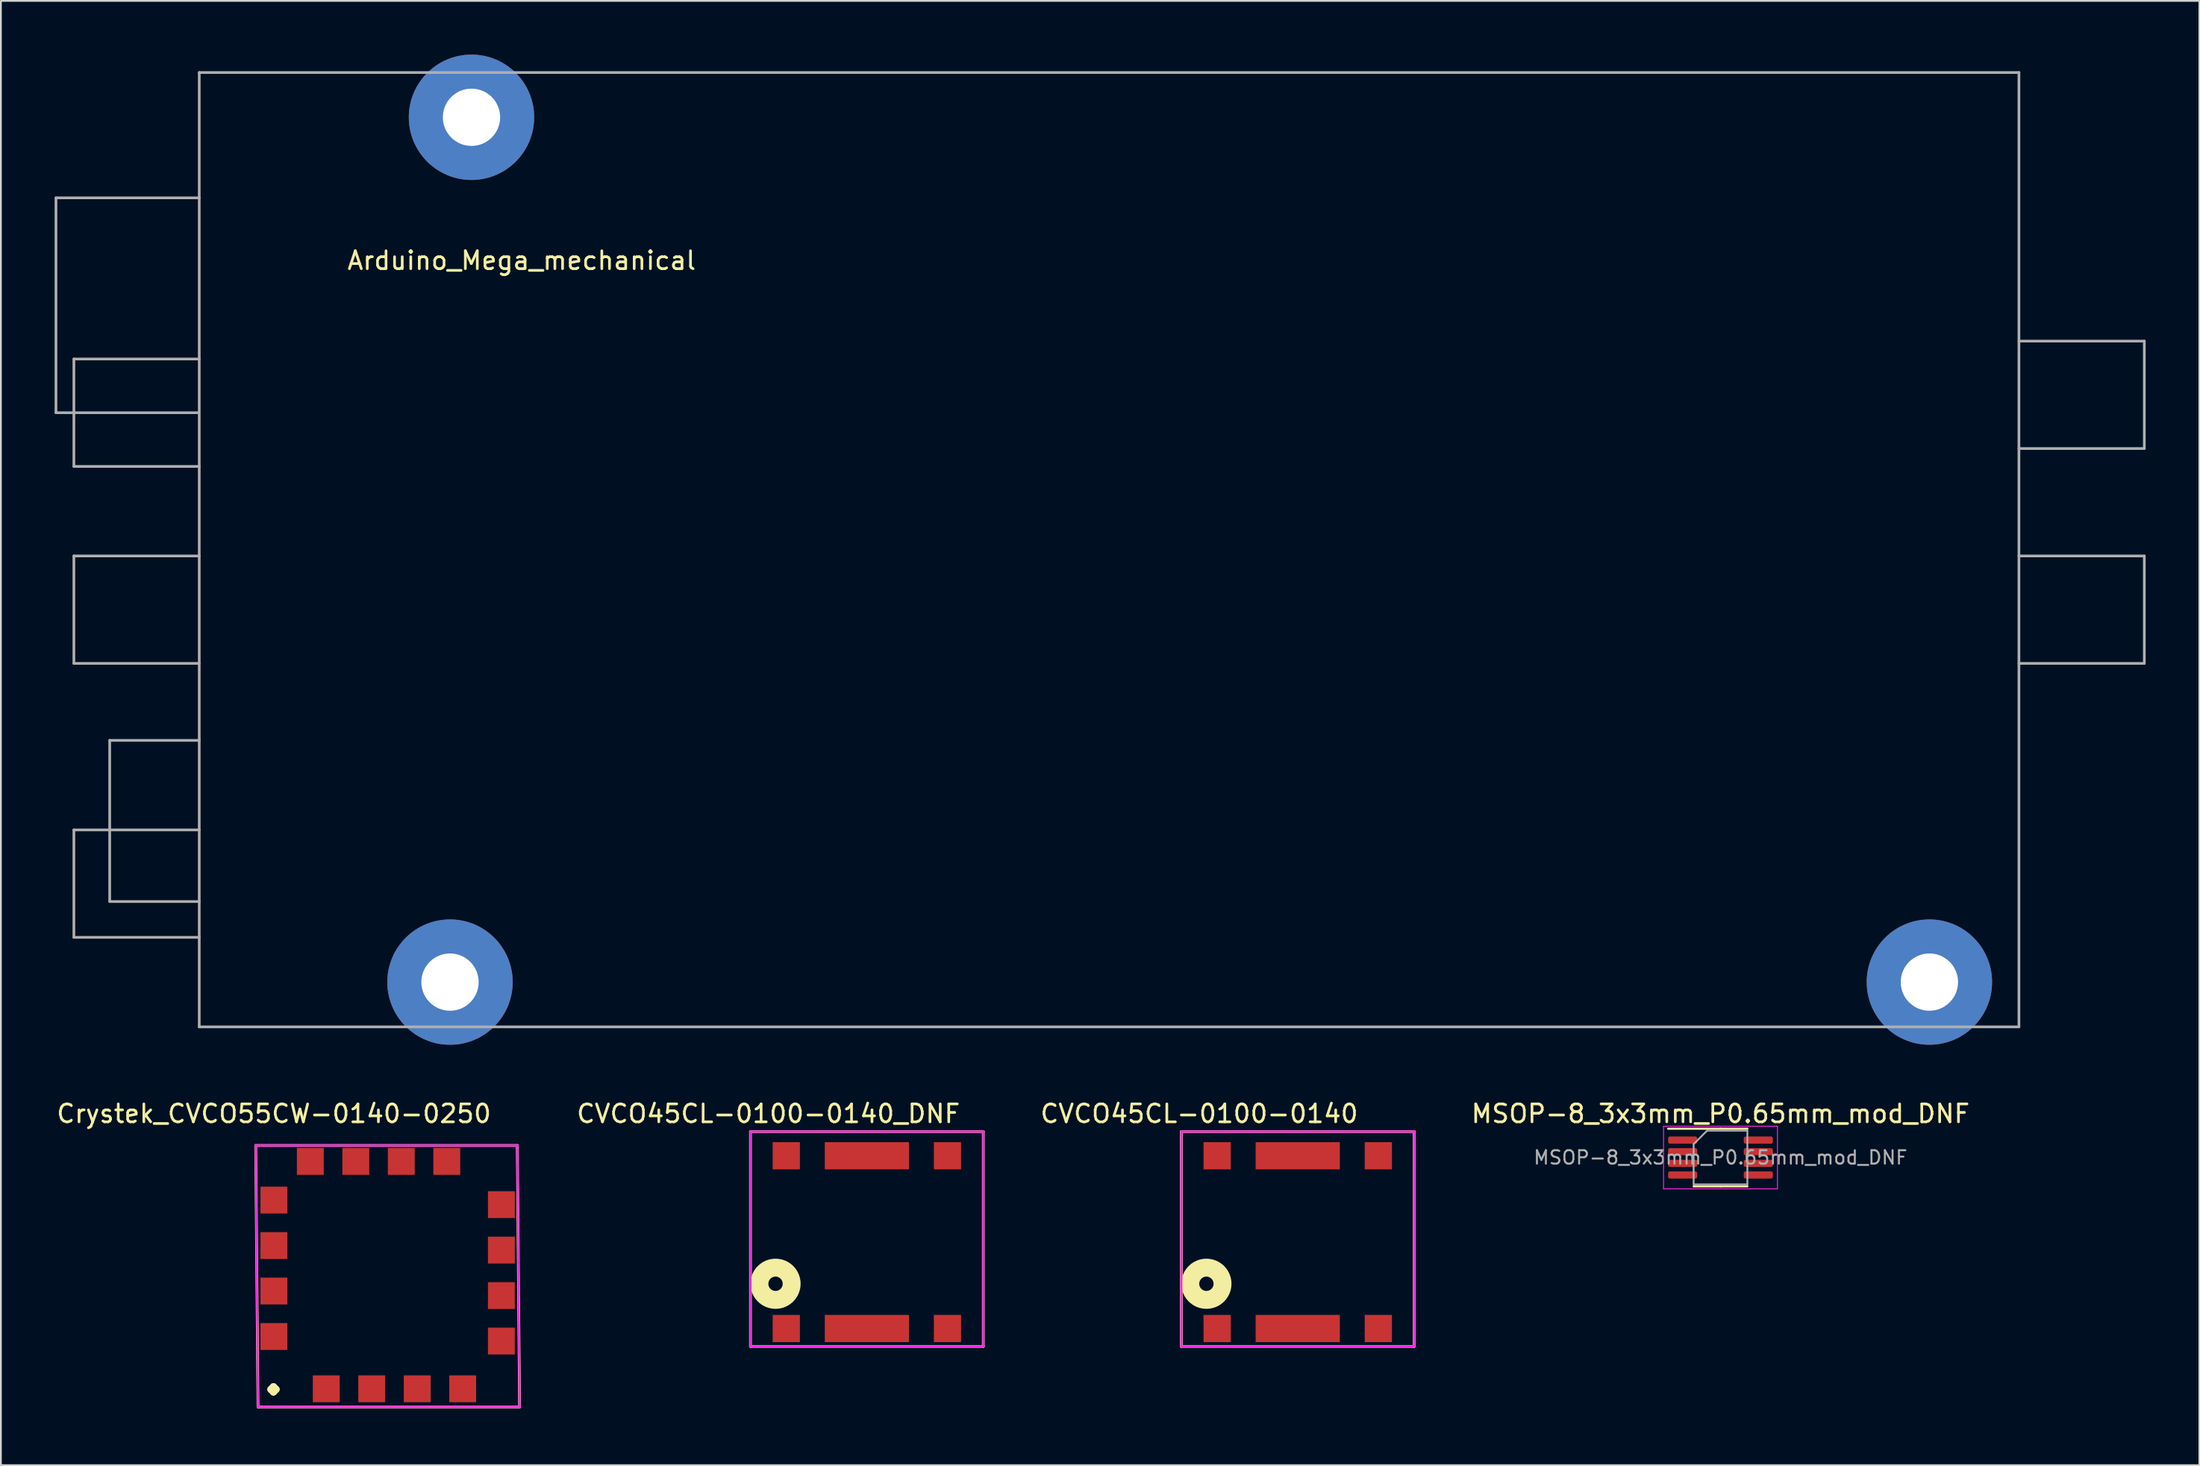
<source format=kicad_pcb>
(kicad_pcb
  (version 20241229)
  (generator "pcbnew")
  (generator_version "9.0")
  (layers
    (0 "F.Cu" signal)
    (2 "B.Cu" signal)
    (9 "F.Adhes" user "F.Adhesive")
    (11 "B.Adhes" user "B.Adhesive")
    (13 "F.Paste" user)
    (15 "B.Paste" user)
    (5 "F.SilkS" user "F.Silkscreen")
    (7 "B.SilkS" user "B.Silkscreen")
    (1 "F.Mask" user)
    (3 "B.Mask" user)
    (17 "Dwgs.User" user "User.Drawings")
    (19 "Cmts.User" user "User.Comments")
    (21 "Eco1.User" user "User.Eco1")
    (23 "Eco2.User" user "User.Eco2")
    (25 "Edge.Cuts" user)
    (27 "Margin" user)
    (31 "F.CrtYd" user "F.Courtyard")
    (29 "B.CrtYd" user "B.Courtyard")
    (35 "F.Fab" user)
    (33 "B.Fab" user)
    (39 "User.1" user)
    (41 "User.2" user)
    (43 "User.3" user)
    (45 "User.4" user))
  (footprint "CVCO45CL-0100-0140_DNF"
    (layer "F.Cu")
    (at 40.851 71.148)
    (property "Reference" "CVCO45CL-0100-0140_DNF" (at -1 -12 0) (layer "F.SilkS") (effects (font (size 1 1) (thickness 0.15))))
    (attr through_hole)
    (fp_line (start -2 -11) (end -2 1) (stroke (width 0.15) (type solid)) (layer "F.SilkS"))
    (fp_line (start -2 1) (end 11 1) (stroke (width 0.15) (type solid)) (layer "F.SilkS"))
    (fp_line (start 11 -11) (end -2 -11) (stroke (width 0.15) (type solid)) (layer "F.SilkS"))
    (fp_line (start 11 1) (end 11 -11) (stroke (width 0.15) (type solid)) (layer "F.SilkS"))
    (fp_circle (center -0.6 -2.5) (end -0.2 -2.5) (stroke (width 1) (type solid)) (fill no) (layer "F.SilkS"))
    (fp_line (start -2 -11) (end 11 -11) (stroke (width 0.12) (type solid)) (layer "F.CrtYd"))
    (fp_line (start -2 1) (end -2 -11) (stroke (width 0.12) (type solid)) (layer "F.CrtYd"))
    (fp_line (start 11 -11) (end 11 1) (stroke (width 0.12) (type solid)) (layer "F.CrtYd"))
    (fp_line (start 11 1) (end -2 1) (stroke (width 0.12) (type solid)) (layer "F.CrtYd"))
    (pad "1" smd rect (at 0 0) (size 1.52 1.52) (layers "F.Cu" "F.Mask"))
    (pad "2" smd rect (at 4.5 0) (size 4.7 1.52) (layers "F.Cu" "F.Mask"))
    (pad "3" smd rect (at 9 0) (size 1.52 1.52) (layers "F.Cu" "F.Mask"))
    (pad "4" smd rect (at 9 -9.65) (size 1.52 1.52) (layers "F.Cu" "F.Mask"))
    (pad "5" smd rect (at 4.5 -9.65) (size 4.7 1.52) (layers "F.Cu" "F.Mask"))
    (pad "6" smd rect (at 0 -9.65) (size 1.52 1.52) (layers "F.Cu" "F.Mask")))
  (footprint "CVCO45CL-0100-0140"
    (layer "F.Cu")
    (at 64.908 71.148)
    (property "Reference" "CVCO45CL-0100-0140" (at -1 -12 0) (layer "F.SilkS") (effects (font (size 1 1) (thickness 0.15))))
    (attr through_hole)
    (fp_line (start -2 -11) (end -2 1) (stroke (width 0.15) (type solid)) (layer "F.SilkS"))
    (fp_line (start -2 1) (end 11 1) (stroke (width 0.15) (type solid)) (layer "F.SilkS"))
    (fp_line (start 11 -11) (end -2 -11) (stroke (width 0.15) (type solid)) (layer "F.SilkS"))
    (fp_line (start 11 1) (end 11 -11) (stroke (width 0.15) (type solid)) (layer "F.SilkS"))
    (fp_circle (center -0.6 -2.5) (end -0.2 -2.5) (stroke (width 1) (type solid)) (fill no) (layer "F.SilkS"))
    (fp_line (start -2 -11) (end 11 -11) (stroke (width 0.12) (type solid)) (layer "F.CrtYd"))
    (fp_line (start -2 1) (end -2 -11) (stroke (width 0.12) (type solid)) (layer "F.CrtYd"))
    (fp_line (start 11 -11) (end 11 1) (stroke (width 0.12) (type solid)) (layer "F.CrtYd"))
    (fp_line (start 11 1) (end -2 1) (stroke (width 0.12) (type solid)) (layer "F.CrtYd"))
    (pad "1" smd rect (at 0 0) (size 1.52 1.52) (layers "F.Cu" "F.Mask" "F.Paste"))
    (pad "2" smd rect (at 4.5 0) (size 4.7 1.52) (layers "F.Cu" "F.Mask" "F.Paste"))
    (pad "3" smd rect (at 9 0) (size 1.52 1.52) (layers "F.Cu" "F.Mask" "F.Paste"))
    (pad "4" smd rect (at 9 -9.65) (size 1.52 1.52) (layers "F.Cu" "F.Mask" "F.Paste"))
    (pad "5" smd rect (at 4.5 -9.65) (size 4.7 1.52) (layers "F.Cu" "F.Mask" "F.Paste"))
    (pad "6" smd rect (at 0 -9.65) (size 1.52 1.52) (layers "F.Cu" "F.Mask" "F.Paste")))
  (footprint "Arduino_Mega_mechanical"
    (layer "F.Cu")
    (at 26.075 11)
    (property "Reference" "Arduino_Mega_mechanical" (at 0 0.5 0) (layer "F.SilkS") (effects (font (size 1 1) (thickness 0.15))))
    (attr through_hole)
    (fp_line (start -26 -3) (end -26 9) (stroke (width 0.15) (type solid)) (layer "F.Fab"))
    (fp_line (start -26 9) (end -18.1 9) (stroke (width 0.15) (type solid)) (layer "F.Fab"))
    (fp_line (start -25 6) (end -25 12) (stroke (width 0.15) (type solid)) (layer "F.Fab"))
    (fp_line (start -25 12) (end -18 12) (stroke (width 0.15) (type solid)) (layer "F.Fab"))
    (fp_line (start -25 17) (end -25 23) (stroke (width 0.15) (type solid)) (layer "F.Fab"))
    (fp_line (start -25 23) (end -18 23) (stroke (width 0.15) (type solid)) (layer "F.Fab"))
    (fp_line (start -25 32.3) (end -18 32.3) (stroke (width 0.15) (type solid)) (layer "F.Fab"))
    (fp_line (start -25 38.3) (end -25 32.3) (stroke (width 0.15) (type solid)) (layer "F.Fab"))
    (fp_line (start -23 27.3) (end -18 27.3) (stroke (width 0.15) (type solid)) (layer "F.Fab"))
    (fp_line (start -23 36.3) (end -23 27.3) (stroke (width 0.15) (type solid)) (layer "F.Fab"))
    (fp_line (start -18 -10) (end 83.6 -10) (stroke (width 0.15) (type solid)) (layer "F.Fab"))
    (fp_line (start -18 -3) (end -26 -3) (stroke (width 0.15) (type solid)) (layer "F.Fab"))
    (fp_line (start -18 6) (end -25 6) (stroke (width 0.15) (type solid)) (layer "F.Fab"))
    (fp_line (start -18 17) (end -25 17) (stroke (width 0.15) (type solid)) (layer "F.Fab"))
    (fp_line (start -18 36.3) (end -23 36.3) (stroke (width 0.15) (type solid)) (layer "F.Fab"))
    (fp_line (start -18 38.3) (end -25 38.3) (stroke (width 0.15) (type solid)) (layer "F.Fab"))
    (fp_line (start -18 43.3) (end -18 -10) (stroke (width 0.15) (type solid)) (layer "F.Fab"))
    (fp_line (start 83.6 -10) (end 83.6 43.3) (stroke (width 0.15) (type solid)) (layer "F.Fab"))
    (fp_line (start 83.6 5) (end 90.6 5) (stroke (width 0.15) (type solid)) (layer "F.Fab"))
    (fp_line (start 83.6 17) (end 90.6 17) (stroke (width 0.15) (type solid)) (layer "F.Fab"))
    (fp_line (start 83.6 43.3) (end -18 43.3) (stroke (width 0.15) (type solid)) (layer "F.Fab"))
    (fp_line (start 90.6 5) (end 90.6 11) (stroke (width 0.15) (type solid)) (layer "F.Fab"))
    (fp_line (start 90.6 11) (end 83.6 11) (stroke (width 0.15) (type solid)) (layer "F.Fab"))
    (fp_line (start 90.6 17) (end 90.6 23) (stroke (width 0.15) (type solid)) (layer "F.Fab"))
    (fp_line (start 90.6 23) (end 83.6 23) (stroke (width 0.15) (type solid)) (layer "F.Fab"))
    (pad "~" thru_hole circle (at -4 40.8) (size 7 7) (drill 3.2) (layers "*.Cu" "*.Mask"))
    (pad "~" thru_hole circle (at -2.8 -7.5) (size 7 7) (drill 3.2) (layers "*.Cu" "*.Mask"))
    (pad "~" thru_hole circle (at 78.6 40.8) (size 7 7) (drill 3.2) (layers "*.Cu" "*.Mask")))
  (footprint "MSOP-8_3x3mm_P0.65mm_mod_DNF"
    (layer "F.Cu")
    (at 93.012 61.598)
    (property "Reference" "MSOP-8_3x3mm_P0.65mm_mod_DNF" (at 0 -2.45 0) (layer "F.SilkS") (effects (font (size 1 1) (thickness 0.15))))
    (attr smd)
    (fp_line (start 0 -1.61) (end -2.925 -1.61) (stroke (width 0.12) (type solid)) (layer "F.SilkS"))
    (fp_line (start 0 -1.61) (end 1.5 -1.61) (stroke (width 0.12) (type solid)) (layer "F.SilkS"))
    (fp_line (start 0 1.61) (end -1.5 1.61) (stroke (width 0.12) (type solid)) (layer "F.SilkS"))
    (fp_line (start 0 1.61) (end 1.5 1.61) (stroke (width 0.12) (type solid)) (layer "F.SilkS"))
    (fp_line (start -3.18 -1.75) (end -3.18 1.75) (stroke (width 0.05) (type solid)) (layer "F.CrtYd"))
    (fp_line (start -3.18 1.75) (end 3.18 1.75) (stroke (width 0.05) (type solid)) (layer "F.CrtYd"))
    (fp_line (start 3.18 -1.75) (end -3.18 -1.75) (stroke (width 0.05) (type solid)) (layer "F.CrtYd"))
    (fp_line (start 3.18 1.75) (end 3.18 -1.75) (stroke (width 0.05) (type solid)) (layer "F.CrtYd"))
    (fp_line (start -1.5 -0.75) (end -0.75 -1.5) (stroke (width 0.1) (type solid)) (layer "F.Fab"))
    (fp_line (start -1.5 1.5) (end -1.5 -0.75) (stroke (width 0.1) (type solid)) (layer "F.Fab"))
    (fp_line (start -0.75 -1.5) (end 1.5 -1.5) (stroke (width 0.1) (type solid)) (layer "F.Fab"))
    (fp_line (start 1.5 -1.5) (end 1.5 1.5) (stroke (width 0.1) (type solid)) (layer "F.Fab"))
    (fp_line (start 1.5 1.5) (end -1.5 1.5) (stroke (width 0.1) (type solid)) (layer "F.Fab"))
    (fp_text user "${REFERENCE}" (at 0 0 0) (layer "F.Fab") (effects (font (size 0.75 0.75) (thickness 0.11))))
    (pad "1" smd roundrect (at -2.112 -0.975) (size 1.625 0.4) (layers "F.Cu" "F.Mask") (roundrect_rratio 0.25))
    (pad "2" smd roundrect (at -2.112 -0.325) (size 1.625 0.4) (layers "F.Cu" "F.Mask") (roundrect_rratio 0.25))
    (pad "3" smd roundrect (at -2.112 0.325) (size 1.625 0.4) (layers "F.Cu" "F.Mask") (roundrect_rratio 0.25))
    (pad "4" smd roundrect (at -2.112 0.975) (size 1.625 0.4) (layers "F.Cu" "F.Mask") (roundrect_rratio 0.25))
    (pad "5" smd roundrect (at 2.112 0.975) (size 1.625 0.4) (layers "F.Cu" "F.Mask") (roundrect_rratio 0.25))
    (pad "6" smd roundrect (at 2.112 0.325) (size 1.625 0.4) (layers "F.Cu" "F.Mask") (roundrect_rratio 0.25))
    (pad "7" smd roundrect (at 2.112 -0.325) (size 1.625 0.4) (layers "F.Cu" "F.Mask") (roundrect_rratio 0.25))
    (pad "8" smd roundrect (at 2.112 -0.975) (size 1.625 0.4) (layers "F.Cu" "F.Mask") (roundrect_rratio 0.25)))
  (footprint "Crystek_CVCO55CW-0140-0250"
    (layer "F.Cu")
    (at 12.244 74.515)
    (property "Reference" "Crystek_CVCO55CW-0140-0250" (at 0 -15.367 0) (layer "F.SilkS") (effects (font (size 1 1) (thickness 0.15))))
    (attr through_hole)
    (fp_line (start -1.016 -13.589) (end 13.589 -13.589) (stroke (width 0.15) (type solid)) (layer "F.SilkS"))
    (fp_line (start -0.889 1.016) (end -1.016 -13.589) (stroke (width 0.15) (type solid)) (layer "F.SilkS"))
    (fp_line (start 13.589 -13.589) (end 13.716 1.016) (stroke (width 0.15) (type solid)) (layer "F.SilkS"))
    (fp_line (start 13.716 1.016) (end -0.889 1.016) (stroke (width 0.15) (type solid)) (layer "F.SilkS"))
    (fp_line (start -1.016 -13.589) (end -0.889 1.016) (stroke (width 0.12) (type solid)) (layer "F.CrtYd"))
    (fp_line (start -0.889 1.016) (end 13.716 1.016) (stroke (width 0.12) (type solid)) (layer "F.CrtYd"))
    (fp_line (start 13.589 -13.589) (end -1.016 -13.589) (stroke (width 0.12) (type solid)) (layer "F.CrtYd"))
    (fp_line (start 13.716 1.016) (end 13.589 -13.589) (stroke (width 0.12) (type solid)) (layer "F.CrtYd"))
    (fp_text user "." (at -0.025 -1.194 0) (layer "F.SilkS") (effects (font (size 3 3) (thickness 0.4))))
    (pad "1" smd rect (at 2.921 0) (size 1.5 1.5) (layers "F.Cu" "F.Mask" "F.Paste"))
    (pad "2" smd rect (at 5.461 0) (size 1.5 1.5) (layers "F.Cu" "F.Mask" "F.Paste"))
    (pad "3" smd rect (at 8.001 0) (size 1.5 1.5) (layers "F.Cu" "F.Mask" "F.Paste"))
    (pad "4" smd rect (at 10.541 0) (size 1.5 1.5) (layers "F.Cu" "F.Mask" "F.Paste"))
    (pad "5" smd rect (at 12.7 -2.667) (size 1.5 1.5) (layers "F.Cu" "F.Mask" "F.Paste"))
    (pad "6" smd rect (at 12.7 -5.207) (size 1.5 1.5) (layers "F.Cu" "F.Mask" "F.Paste"))
    (pad "7" smd rect (at 12.7 -7.747) (size 1.5 1.5) (layers "F.Cu" "F.Mask" "F.Paste"))
    (pad "8" smd rect (at 12.7 -10.287) (size 1.5 1.5) (layers "F.Cu" "F.Mask" "F.Paste"))
    (pad "9" smd rect (at 9.652 -12.7) (size 1.5 1.5) (layers "F.Cu" "F.Mask" "F.Paste"))
    (pad "10" smd rect (at 7.112 -12.7) (size 1.5 1.5) (layers "F.Cu" "F.Mask" "F.Paste"))
    (pad "11" smd rect (at 4.572 -12.7) (size 1.5 1.5) (layers "F.Cu" "F.Mask" "F.Paste"))
    (pad "12" smd rect (at 2.032 -12.7) (size 1.5 1.5) (layers "F.Cu" "F.Mask" "F.Paste"))
    (pad "13" smd rect (at 0 -10.541) (size 1.5 1.5) (layers "F.Cu" "F.Mask" "F.Paste"))
    (pad "14" smd rect (at 0 -8.001) (size 1.5 1.5) (layers "F.Cu" "F.Mask" "F.Paste"))
    (pad "15" smd rect (at 0 -5.461) (size 1.5 1.5) (layers "F.Cu" "F.Mask" "F.Paste"))
    (pad "16" smd rect (at 0 -2.921) (size 1.5 1.5) (layers "F.Cu" "F.Mask" "F.Paste")))
  (gr_rect
    (start -3 -3)
    (end 119.75 78.778)
    (stroke (width 0.1) (type default))
    (fill no)
    (layer "Edge.Cuts")))
</source>
